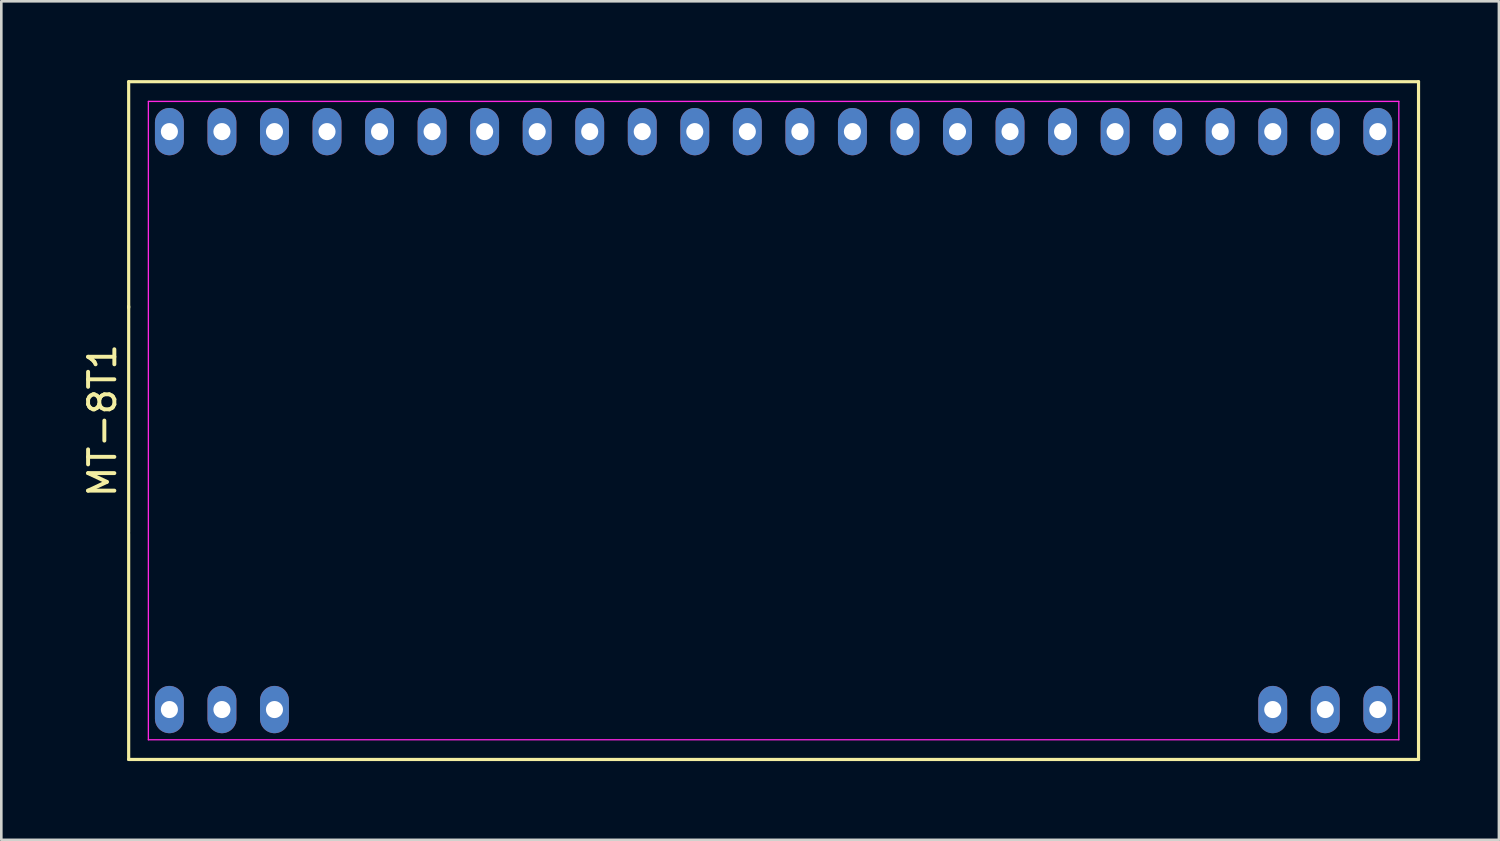
<source format=kicad_pcb>
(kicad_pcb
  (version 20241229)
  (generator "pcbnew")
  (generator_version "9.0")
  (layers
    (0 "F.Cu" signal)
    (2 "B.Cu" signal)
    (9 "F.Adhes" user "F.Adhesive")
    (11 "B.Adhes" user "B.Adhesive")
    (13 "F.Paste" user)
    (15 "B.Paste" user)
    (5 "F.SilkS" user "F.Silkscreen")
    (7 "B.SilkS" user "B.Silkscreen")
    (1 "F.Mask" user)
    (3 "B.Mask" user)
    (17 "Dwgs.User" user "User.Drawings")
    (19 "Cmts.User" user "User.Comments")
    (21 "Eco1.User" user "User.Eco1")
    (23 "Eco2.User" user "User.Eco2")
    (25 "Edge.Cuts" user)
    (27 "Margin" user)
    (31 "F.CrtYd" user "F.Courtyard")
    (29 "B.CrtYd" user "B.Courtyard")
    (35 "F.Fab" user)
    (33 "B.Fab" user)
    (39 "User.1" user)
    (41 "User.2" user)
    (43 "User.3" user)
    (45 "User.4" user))
  (footprint "MT-8T1"
    (layer "F.Cu")
    (at 26.398 12.96)
    (property "Reference" "MT-8T1" (at -25.55 0 90) (layer "F.SilkS") (effects (font (size 1 1) (thickness 0.15))))
    (attr through_hole)
    (fp_line (start -24.55 -12.9) (end -24.55 -4.3) (stroke (width 0.12) (type solid)) (layer "F.SilkS"))
    (fp_line (start -24.55 -4.35) (end -24.55 4.25) (stroke (width 0.12) (type solid)) (layer "F.SilkS"))
    (fp_line (start -24.55 4.3) (end -24.55 12.9) (stroke (width 0.12) (type solid)) (layer "F.SilkS"))
    (fp_line (start -24.55 12.9) (end 24.55 12.9) (stroke (width 0.12) (type solid)) (layer "F.SilkS"))
    (fp_line (start 24.55 -12.9) (end -24.55 -12.9) (stroke (width 0.12) (type solid)) (layer "F.SilkS"))
    (fp_line (start 24.55 12.9) (end 24.55 -12.9) (stroke (width 0.12) (type solid)) (layer "F.SilkS"))
    (fp_line (start -23.8 -12.15) (end 23.8 -12.15) (stroke (width 0.05) (type solid)) (layer "F.CrtYd"))
    (fp_line (start -23.8 12.15) (end -23.8 -12.15) (stroke (width 0.05) (type solid)) (layer "F.CrtYd"))
    (fp_line (start 23.8 -12.15) (end 23.8 12.15) (stroke (width 0.05) (type solid)) (layer "F.CrtYd"))
    (fp_line (start 23.8 12.15) (end -23.8 12.15) (stroke (width 0.05) (type solid)) (layer "F.CrtYd"))
    (pad "1" thru_hole oval (at -19 11) (size 1.1 1.8) (drill 0.65) (layers "*.Cu" "*.Mask"))
    (pad "2" thru_hole oval (at -21 11) (size 1.1 1.8) (drill 0.65) (layers "*.Cu" "*.Mask"))
    (pad "3" thru_hole oval (at -23 11) (size 1.1 1.8) (drill 0.65) (layers "*.Cu" "*.Mask"))
    (pad "4" thru_hole oval (at -23 -11) (size 1.1 1.8) (drill 0.65) (layers "*.Cu" "*.Mask"))
    (pad "5" thru_hole oval (at -21 -11) (size 1.1 1.8) (drill 0.65) (layers "*.Cu" "*.Mask"))
    (pad "6" thru_hole oval (at -19 -11) (size 1.1 1.8) (drill 0.65) (layers "*.Cu" "*.Mask"))
    (pad "7" thru_hole oval (at -17 -11) (size 1.1 1.8) (drill 0.65) (layers "*.Cu" "*.Mask"))
    (pad "8" thru_hole oval (at -15 -11) (size 1.1 1.8) (drill 0.65) (layers "*.Cu" "*.Mask"))
    (pad "9" thru_hole oval (at -13 -11) (size 1.1 1.8) (drill 0.65) (layers "*.Cu" "*.Mask"))
    (pad "10" thru_hole oval (at -11 -11) (size 1.1 1.8) (drill 0.65) (layers "*.Cu" "*.Mask"))
    (pad "11" thru_hole oval (at -9 -11) (size 1.1 1.8) (drill 0.65) (layers "*.Cu" "*.Mask"))
    (pad "12" thru_hole oval (at -7 -11) (size 1.1 1.8) (drill 0.65) (layers "*.Cu" "*.Mask"))
    (pad "13" thru_hole oval (at -5 -11) (size 1.1 1.8) (drill 0.65) (layers "*.Cu" "*.Mask"))
    (pad "14" thru_hole oval (at -3 -11) (size 1.1 1.8) (drill 0.65) (layers "*.Cu" "*.Mask"))
    (pad "15" thru_hole oval (at -1 -11) (size 1.1 1.8) (drill 0.65) (layers "*.Cu" "*.Mask"))
    (pad "16" thru_hole oval (at 1 -11) (size 1.1 1.8) (drill 0.65) (layers "*.Cu" "*.Mask"))
    (pad "17" thru_hole oval (at 3 -11) (size 1.1 1.8) (drill 0.65) (layers "*.Cu" "*.Mask"))
    (pad "18" thru_hole oval (at 5 -11) (size 1.1 1.8) (drill 0.65) (layers "*.Cu" "*.Mask"))
    (pad "19" thru_hole oval (at 7 -11) (size 1.1 1.8) (drill 0.65) (layers "*.Cu" "*.Mask"))
    (pad "20" thru_hole oval (at 9 -11) (size 1.1 1.8) (drill 0.65) (layers "*.Cu" "*.Mask"))
    (pad "21" thru_hole oval (at 11 -11) (size 1.1 1.8) (drill 0.65) (layers "*.Cu" "*.Mask"))
    (pad "22" thru_hole oval (at 13 -11) (size 1.1 1.8) (drill 0.65) (layers "*.Cu" "*.Mask"))
    (pad "23" thru_hole oval (at 15 -11) (size 1.1 1.8) (drill 0.65) (layers "*.Cu" "*.Mask"))
    (pad "24" thru_hole oval (at 17 -11) (size 1.1 1.8) (drill 0.65) (layers "*.Cu" "*.Mask"))
    (pad "25" thru_hole oval (at 19 -11) (size 1.1 1.8) (drill 0.65) (layers "*.Cu" "*.Mask"))
    (pad "26" thru_hole oval (at 21 -11) (size 1.1 1.8) (drill 0.65) (layers "*.Cu" "*.Mask"))
    (pad "27" thru_hole oval (at 23 -11) (size 1.1 1.8) (drill 0.65) (layers "*.Cu" "*.Mask"))
    (pad "28" thru_hole oval (at 23 11) (size 1.1 1.8) (drill 0.65) (layers "*.Cu" "*.Mask"))
    (pad "29" thru_hole oval (at 21 11) (size 1.1 1.8) (drill 0.65) (layers "*.Cu" "*.Mask"))
    (pad "30" thru_hole oval (at 19 11) (size 1.1 1.8) (drill 0.65) (layers "*.Cu" "*.Mask")))
  (gr_rect
    (start -3 -3)
    (end 54.008 28.92)
    (stroke (width 0.1) (type default))
    (fill no)
    (layer "Edge.Cuts")))
</source>
